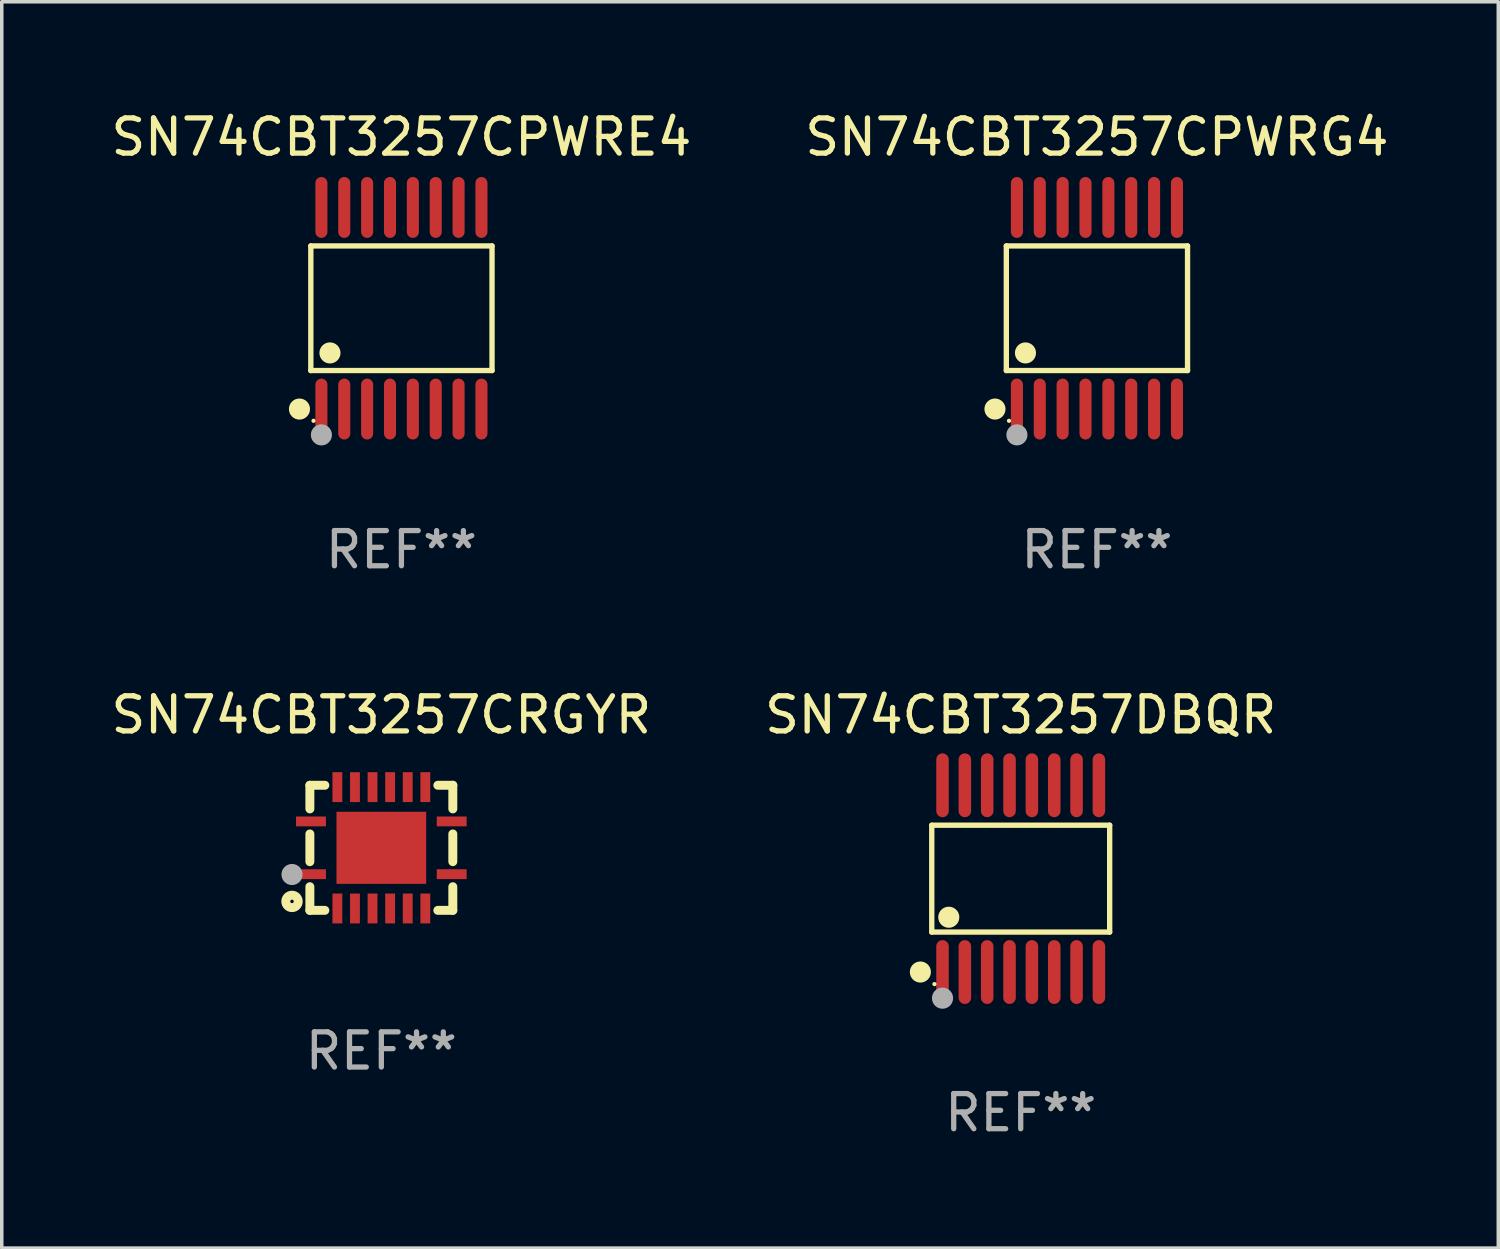
<source format=kicad_pcb>
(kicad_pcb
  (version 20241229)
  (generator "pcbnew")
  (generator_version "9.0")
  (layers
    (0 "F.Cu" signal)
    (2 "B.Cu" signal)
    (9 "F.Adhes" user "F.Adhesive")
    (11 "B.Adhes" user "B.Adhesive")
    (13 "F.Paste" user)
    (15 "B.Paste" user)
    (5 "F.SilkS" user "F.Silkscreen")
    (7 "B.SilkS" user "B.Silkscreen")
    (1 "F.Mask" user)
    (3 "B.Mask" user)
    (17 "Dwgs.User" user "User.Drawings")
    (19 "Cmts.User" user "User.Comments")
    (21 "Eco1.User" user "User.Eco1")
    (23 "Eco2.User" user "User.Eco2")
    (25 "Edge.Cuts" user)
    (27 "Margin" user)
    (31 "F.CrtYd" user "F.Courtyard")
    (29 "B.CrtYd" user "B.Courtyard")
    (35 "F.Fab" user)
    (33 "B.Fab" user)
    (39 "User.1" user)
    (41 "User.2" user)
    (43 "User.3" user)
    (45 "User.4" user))
  (footprint "SN74CBT3257CPWRE4"
    (layer "F.Cu")
    (at 8.363 5.714)
    (property "Reference" "SN74CBT3257CPWRE4" (at 0 -4.866 0) (layer "F.SilkS") (effects (font (size 1 1) (thickness 0.15))))
    (attr through_hole)
    (fp_line (start -2.576 -1.772) (end 2.576 -1.772) (stroke (width 0.152) (type solid)) (layer "F.SilkS"))
    (fp_line (start -2.576 1.771) (end -2.576 -1.772) (stroke (width 0.152) (type solid)) (layer "F.SilkS"))
    (fp_line (start 2.576 -1.772) (end 2.576 1.771) (stroke (width 0.152) (type solid)) (layer "F.SilkS"))
    (fp_line (start 2.576 1.771) (end -2.576 1.771) (stroke (width 0.152) (type solid)) (layer "F.SilkS"))
    (fp_circle (center -2.899 2.866) (end -2.749 2.866) (stroke (width 0.3) (type solid)) (fill no) (layer "F.SilkS"))
    (fp_circle (center -2.5 3.2) (end -2.47 3.2) (stroke (width 0.06) (type solid)) (fill no) (layer "F.SilkS"))
    (fp_circle (center -2.032 1.27) (end -1.882 1.27) (stroke (width 0.3) (type solid)) (fill no) (layer "F.SilkS"))
    (fp_circle (center -2.275 3.6) (end -2.125 3.6) (stroke (width 0.3) (type solid)) (fill no) (layer "F.Fab"))
    (fp_text user "REF**" (at 0 6.866 0) (layer "F.Fab") (effects (font (size 1 1) (thickness 0.15))))
    (pad "1" smd oval (at -2.275 2.866) (size 0.343 1.731) (layers "F.Cu" "F.Mask" "F.Paste"))
    (pad "2" smd oval (at -1.625 2.866) (size 0.343 1.731) (layers "F.Cu" "F.Mask" "F.Paste"))
    (pad "3" smd oval (at -0.975 2.866) (size 0.343 1.731) (layers "F.Cu" "F.Mask" "F.Paste"))
    (pad "4" smd oval (at -0.325 2.866) (size 0.343 1.731) (layers "F.Cu" "F.Mask" "F.Paste"))
    (pad "5" smd oval (at 0.325 2.866) (size 0.343 1.731) (layers "F.Cu" "F.Mask" "F.Paste"))
    (pad "6" smd oval (at 0.975 2.866) (size 0.343 1.731) (layers "F.Cu" "F.Mask" "F.Paste"))
    (pad "7" smd oval (at 1.625 2.866) (size 0.343 1.731) (layers "F.Cu" "F.Mask" "F.Paste"))
    (pad "8" smd oval (at 2.275 2.866) (size 0.343 1.731) (layers "F.Cu" "F.Mask" "F.Paste"))
    (pad "9" smd oval (at 2.275 -2.866) (size 0.343 1.731) (layers "F.Cu" "F.Mask" "F.Paste"))
    (pad "10" smd oval (at 1.625 -2.866) (size 0.343 1.731) (layers "F.Cu" "F.Mask" "F.Paste"))
    (pad "11" smd oval (at 0.975 -2.866) (size 0.343 1.731) (layers "F.Cu" "F.Mask" "F.Paste"))
    (pad "12" smd oval (at 0.325 -2.866) (size 0.343 1.731) (layers "F.Cu" "F.Mask" "F.Paste"))
    (pad "13" smd oval (at -0.325 -2.866) (size 0.343 1.731) (layers "F.Cu" "F.Mask" "F.Paste"))
    (pad "14" smd oval (at -0.975 -2.866) (size 0.343 1.731) (layers "F.Cu" "F.Mask" "F.Paste"))
    (pad "15" smd oval (at -1.625 -2.866) (size 0.343 1.731) (layers "F.Cu" "F.Mask" "F.Paste"))
    (pad "16" smd oval (at -2.275 -2.866) (size 0.343 1.731) (layers "F.Cu" "F.Mask" "F.Paste")))
  (footprint "SN74CBT3257DBQR"
    (layer "F.Cu")
    (at 25.97 21.931)
    (property "Reference" "SN74CBT3257DBQR" (at 0 -4.655 0) (layer "F.SilkS") (effects (font (size 1 1) (thickness 0.15))))
    (attr through_hole)
    (fp_line (start -2.529 -1.519) (end 2.529 -1.519) (stroke (width 0.152) (type solid)) (layer "F.SilkS"))
    (fp_line (start -2.529 1.519) (end -2.529 -1.519) (stroke (width 0.152) (type solid)) (layer "F.SilkS"))
    (fp_line (start 2.529 -1.519) (end 2.529 1.519) (stroke (width 0.152) (type solid)) (layer "F.SilkS"))
    (fp_line (start 2.529 1.519) (end -2.529 1.519) (stroke (width 0.152) (type solid)) (layer "F.SilkS"))
    (fp_circle (center -2.853 2.655) (end -2.703 2.655) (stroke (width 0.3) (type solid)) (fill no) (layer "F.SilkS"))
    (fp_circle (center -2.453 2.998) (end -2.423 2.998) (stroke (width 0.06) (type solid)) (fill no) (layer "F.SilkS"))
    (fp_circle (center -2.045 1.097) (end -1.895 1.097) (stroke (width 0.3) (type solid)) (fill no) (layer "F.SilkS"))
    (fp_circle (center -2.223 3.398) (end -2.072 3.398) (stroke (width 0.3) (type solid)) (fill no) (layer "F.Fab"))
    (fp_text user "REF**" (at 0 6.655 0) (layer "F.Fab") (effects (font (size 1 1) (thickness 0.15))))
    (pad "1" smd oval (at -2.223 2.655) (size 0.356 1.815) (layers "F.Cu" "F.Mask" "F.Paste"))
    (pad "2" smd oval (at -1.588 2.655) (size 0.356 1.815) (layers "F.Cu" "F.Mask" "F.Paste"))
    (pad "3" smd oval (at -0.953 2.655) (size 0.356 1.815) (layers "F.Cu" "F.Mask" "F.Paste"))
    (pad "4" smd oval (at -0.318 2.655) (size 0.356 1.815) (layers "F.Cu" "F.Mask" "F.Paste"))
    (pad "5" smd oval (at 0.318 2.655) (size 0.356 1.815) (layers "F.Cu" "F.Mask" "F.Paste"))
    (pad "6" smd oval (at 0.953 2.655) (size 0.356 1.815) (layers "F.Cu" "F.Mask" "F.Paste"))
    (pad "7" smd oval (at 1.588 2.655) (size 0.356 1.815) (layers "F.Cu" "F.Mask" "F.Paste"))
    (pad "8" smd oval (at 2.223 2.655) (size 0.356 1.815) (layers "F.Cu" "F.Mask" "F.Paste"))
    (pad "9" smd oval (at 2.223 -2.655) (size 0.356 1.815) (layers "F.Cu" "F.Mask" "F.Paste"))
    (pad "10" smd oval (at 1.588 -2.655) (size 0.356 1.815) (layers "F.Cu" "F.Mask" "F.Paste"))
    (pad "11" smd oval (at 0.953 -2.655) (size 0.356 1.815) (layers "F.Cu" "F.Mask" "F.Paste"))
    (pad "12" smd oval (at 0.318 -2.655) (size 0.356 1.815) (layers "F.Cu" "F.Mask" "F.Paste"))
    (pad "13" smd oval (at -0.318 -2.655) (size 0.356 1.815) (layers "F.Cu" "F.Mask" "F.Paste"))
    (pad "14" smd oval (at -0.953 -2.655) (size 0.356 1.815) (layers "F.Cu" "F.Mask" "F.Paste"))
    (pad "15" smd oval (at -1.588 -2.655) (size 0.356 1.815) (layers "F.Cu" "F.Mask" "F.Paste"))
    (pad "16" smd oval (at -2.223 -2.655) (size 0.356 1.815) (layers "F.Cu" "F.Mask" "F.Paste")))
  (footprint "SN74CBT3257CPWRG4"
    (layer "F.Cu")
    (at 28.137 5.714)
    (property "Reference" "SN74CBT3257CPWRG4" (at 0 -4.866 0) (layer "F.SilkS") (effects (font (size 1 1) (thickness 0.15))))
    (attr through_hole)
    (fp_line (start -2.576 -1.772) (end 2.576 -1.772) (stroke (width 0.152) (type solid)) (layer "F.SilkS"))
    (fp_line (start -2.576 1.771) (end -2.576 -1.772) (stroke (width 0.152) (type solid)) (layer "F.SilkS"))
    (fp_line (start 2.576 -1.772) (end 2.576 1.771) (stroke (width 0.152) (type solid)) (layer "F.SilkS"))
    (fp_line (start 2.576 1.771) (end -2.576 1.771) (stroke (width 0.152) (type solid)) (layer "F.SilkS"))
    (fp_circle (center -2.899 2.866) (end -2.749 2.866) (stroke (width 0.3) (type solid)) (fill no) (layer "F.SilkS"))
    (fp_circle (center -2.5 3.2) (end -2.47 3.2) (stroke (width 0.06) (type solid)) (fill no) (layer "F.SilkS"))
    (fp_circle (center -2.032 1.27) (end -1.882 1.27) (stroke (width 0.3) (type solid)) (fill no) (layer "F.SilkS"))
    (fp_circle (center -2.275 3.6) (end -2.125 3.6) (stroke (width 0.3) (type solid)) (fill no) (layer "F.Fab"))
    (fp_text user "REF**" (at 0 6.866 0) (layer "F.Fab") (effects (font (size 1 1) (thickness 0.15))))
    (pad "1" smd oval (at -2.275 2.866) (size 0.343 1.731) (layers "F.Cu" "F.Mask" "F.Paste"))
    (pad "2" smd oval (at -1.625 2.866) (size 0.343 1.731) (layers "F.Cu" "F.Mask" "F.Paste"))
    (pad "3" smd oval (at -0.975 2.866) (size 0.343 1.731) (layers "F.Cu" "F.Mask" "F.Paste"))
    (pad "4" smd oval (at -0.325 2.866) (size 0.343 1.731) (layers "F.Cu" "F.Mask" "F.Paste"))
    (pad "5" smd oval (at 0.325 2.866) (size 0.343 1.731) (layers "F.Cu" "F.Mask" "F.Paste"))
    (pad "6" smd oval (at 0.975 2.866) (size 0.343 1.731) (layers "F.Cu" "F.Mask" "F.Paste"))
    (pad "7" smd oval (at 1.625 2.866) (size 0.343 1.731) (layers "F.Cu" "F.Mask" "F.Paste"))
    (pad "8" smd oval (at 2.275 2.866) (size 0.343 1.731) (layers "F.Cu" "F.Mask" "F.Paste"))
    (pad "9" smd oval (at 2.275 -2.866) (size 0.343 1.731) (layers "F.Cu" "F.Mask" "F.Paste"))
    (pad "10" smd oval (at 1.625 -2.866) (size 0.343 1.731) (layers "F.Cu" "F.Mask" "F.Paste"))
    (pad "11" smd oval (at 0.975 -2.866) (size 0.343 1.731) (layers "F.Cu" "F.Mask" "F.Paste"))
    (pad "12" smd oval (at 0.325 -2.866) (size 0.343 1.731) (layers "F.Cu" "F.Mask" "F.Paste"))
    (pad "13" smd oval (at -0.325 -2.866) (size 0.343 1.731) (layers "F.Cu" "F.Mask" "F.Paste"))
    (pad "14" smd oval (at -0.975 -2.866) (size 0.343 1.731) (layers "F.Cu" "F.Mask" "F.Paste"))
    (pad "15" smd oval (at -1.625 -2.866) (size 0.343 1.731) (layers "F.Cu" "F.Mask" "F.Paste"))
    (pad "16" smd oval (at -2.275 -2.866) (size 0.343 1.731) (layers "F.Cu" "F.Mask" "F.Paste")))
  (footprint "SN74CBT3257CRGYR"
    (layer "F.Cu")
    (at 7.792 21.054)
    (property "Reference" "SN74CBT3257CRGYR" (at 0 -3.778 0) (layer "F.SilkS") (effects (font (size 1 1) (thickness 0.15))))
    (attr through_hole)
    (fp_line (start -2.032 -1.778) (end -2.032 -1.106) (stroke (width 0.254) (type solid)) (layer "F.SilkS"))
    (fp_line (start -2.032 -0.394) (end -2.032 0.394) (stroke (width 0.254) (type solid)) (layer "F.SilkS"))
    (fp_line (start -2.032 1.106) (end -2.032 1.778) (stroke (width 0.254) (type solid)) (layer "F.SilkS"))
    (fp_line (start -2.032 1.778) (end -1.606 1.778) (stroke (width 0.254) (type solid)) (layer "F.SilkS"))
    (fp_line (start -1.606 -1.778) (end -2.032 -1.778) (stroke (width 0.254) (type solid)) (layer "F.SilkS"))
    (fp_line (start 1.606 1.778) (end 2.032 1.778) (stroke (width 0.254) (type solid)) (layer "F.SilkS"))
    (fp_line (start 2.032 -1.778) (end 1.606 -1.778) (stroke (width 0.254) (type solid)) (layer "F.SilkS"))
    (fp_line (start 2.032 -1.106) (end 2.032 -1.778) (stroke (width 0.254) (type solid)) (layer "F.SilkS"))
    (fp_line (start 2.032 0.394) (end 2.032 -0.394) (stroke (width 0.254) (type solid)) (layer "F.SilkS"))
    (fp_line (start 2.032 1.778) (end 2.032 1.106) (stroke (width 0.254) (type solid)) (layer "F.SilkS"))
    (fp_circle (center -2.54 1.524) (end -2.363 1.524) (stroke (width 0.254) (type solid)) (fill no) (layer "F.SilkS"))
    (fp_circle (center -2.002 1.753) (end -1.972 1.753) (stroke (width 0.06) (type solid)) (fill no) (layer "F.SilkS"))
    (fp_circle (center -2.54 0.759) (end -2.39 0.759) (stroke (width 0.3) (type solid)) (fill no) (layer "F.Fab"))
    (fp_text user "REF**" (at 0 5.778 0) (layer "F.Fab") (effects (font (size 1 1) (thickness 0.15))))
    (pad "1" smd rect (at -2 0.75 90) (size 0.28 0.85) (layers "F.Cu" "F.Mask" "F.Paste"))
    (pad "2" smd rect (at -1.25 1.725 180) (size 0.28 0.85) (layers "F.Cu" "F.Mask" "F.Paste"))
    (pad "3" smd rect (at -0.75 1.725 180) (size 0.28 0.85) (layers "F.Cu" "F.Mask" "F.Paste"))
    (pad "4" smd rect (at -0.25 1.725 180) (size 0.28 0.85) (layers "F.Cu" "F.Mask" "F.Paste"))
    (pad "5" smd rect (at 0.25 1.725 180) (size 0.28 0.85) (layers "F.Cu" "F.Mask" "F.Paste"))
    (pad "6" smd rect (at 0.75 1.725 180) (size 0.28 0.85) (layers "F.Cu" "F.Mask" "F.Paste"))
    (pad "7" smd rect (at 1.25 1.725 180) (size 0.28 0.85) (layers "F.Cu" "F.Mask" "F.Paste"))
    (pad "8" smd rect (at 2 0.75 270) (size 0.28 0.85) (layers "F.Cu" "F.Mask" "F.Paste"))
    (pad "9" smd rect (at 2 -0.75 270) (size 0.28 0.85) (layers "F.Cu" "F.Mask" "F.Paste"))
    (pad "10" smd rect (at 1.25 -1.725) (size 0.28 0.85) (layers "F.Cu" "F.Mask" "F.Paste"))
    (pad "11" smd rect (at 0.75 -1.725) (size 0.28 0.85) (layers "F.Cu" "F.Mask" "F.Paste"))
    (pad "12" smd rect (at 0.25 -1.725) (size 0.28 0.85) (layers "F.Cu" "F.Mask" "F.Paste"))
    (pad "13" smd rect (at -0.25 -1.725) (size 0.28 0.85) (layers "F.Cu" "F.Mask" "F.Paste"))
    (pad "14" smd rect (at -0.75 -1.725) (size 0.28 0.85) (layers "F.Cu" "F.Mask" "F.Paste"))
    (pad "15" smd rect (at -1.25 -1.725) (size 0.28 0.85) (layers "F.Cu" "F.Mask" "F.Paste"))
    (pad "16" smd rect (at -2 -0.75 90) (size 0.28 0.85) (layers "F.Cu" "F.Mask" "F.Paste"))
    (pad "17" smd rect (at 0.000051 0) (size 2.55 2.05) (layers "F.Cu" "F.Mask" "F.Paste")))
  (gr_rect
    (start -3 -3)
    (end 39.548 32.434)
    (stroke (width 0.1) (type default))
    (fill no)
    (layer "Edge.Cuts")))
</source>
